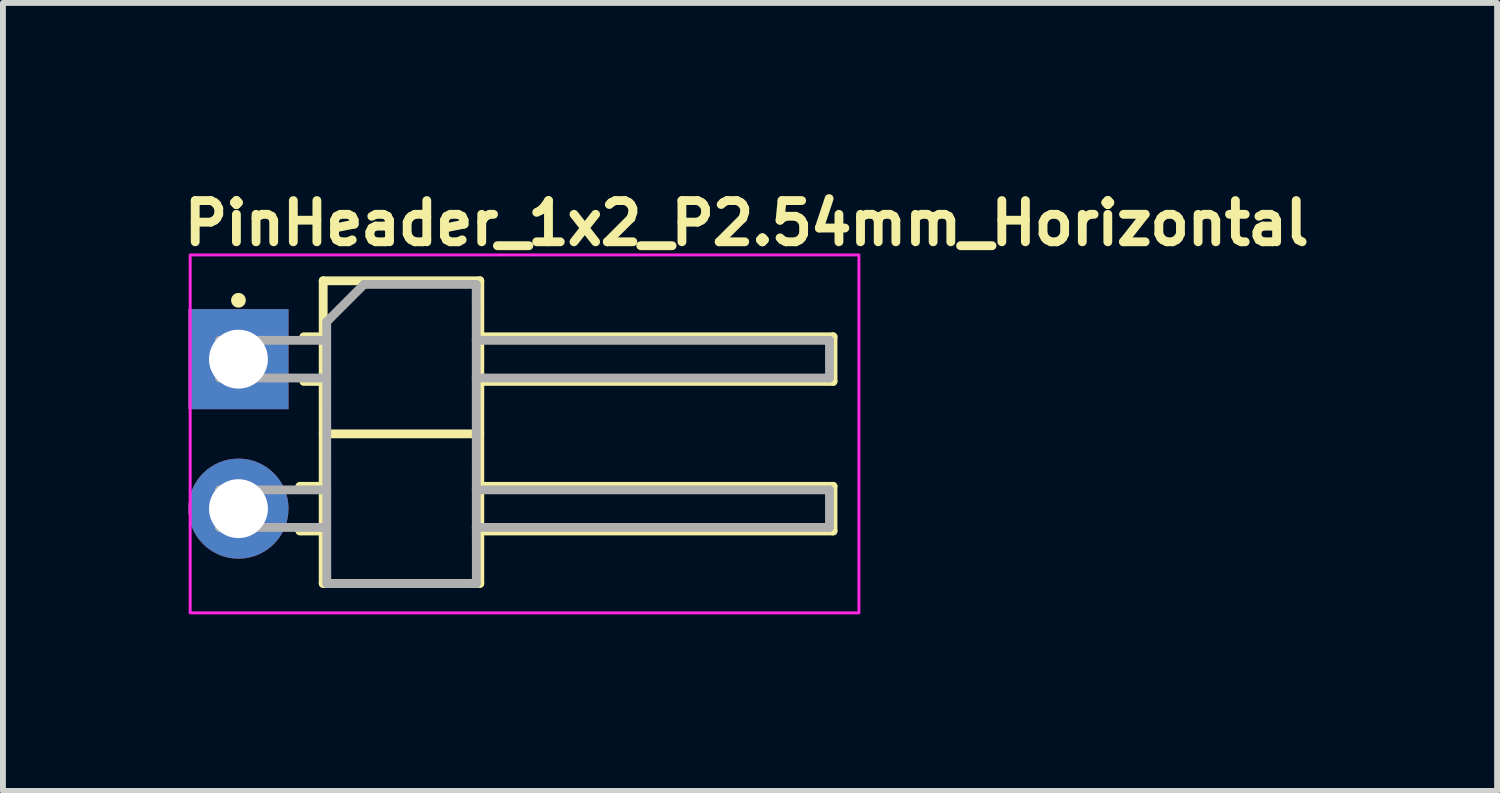
<source format=kicad_pcb>
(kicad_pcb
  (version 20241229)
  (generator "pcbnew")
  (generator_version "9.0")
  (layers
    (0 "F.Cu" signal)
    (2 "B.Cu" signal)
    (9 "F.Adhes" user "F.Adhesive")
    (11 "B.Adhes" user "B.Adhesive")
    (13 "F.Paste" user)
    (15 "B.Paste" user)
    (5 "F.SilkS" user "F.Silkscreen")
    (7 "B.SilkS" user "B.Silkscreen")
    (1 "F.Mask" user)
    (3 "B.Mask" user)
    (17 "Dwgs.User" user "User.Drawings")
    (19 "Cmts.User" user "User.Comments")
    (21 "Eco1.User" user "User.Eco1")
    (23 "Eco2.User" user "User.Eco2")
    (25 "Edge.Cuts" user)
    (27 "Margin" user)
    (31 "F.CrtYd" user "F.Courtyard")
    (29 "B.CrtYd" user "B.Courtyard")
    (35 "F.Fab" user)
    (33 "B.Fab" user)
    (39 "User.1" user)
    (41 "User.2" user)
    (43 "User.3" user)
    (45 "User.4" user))
  (footprint "PinHeader_1x2_P2.54mm_Horizontal"
    (layer "F.Cu")
    (at 1 3.05)
    (property "Reference" "PinHeader_1x2_P2.54mm_Horizontal" (at -1 -1.9 0) (layer "F.SilkS") (effects (font (size 0.7 0.7) (thickness 0.15)) (justify left bottom)))
    (attr through_hole)
    (fp_line (start 1.042 2.16) (end 1.439 2.16) (stroke (width 0.15) (type solid)) (layer "F.SilkS"))
    (fp_line (start 1.042 2.918) (end 1.439 2.918) (stroke (width 0.15) (type solid)) (layer "F.SilkS"))
    (fp_line (start 1.11 -0.38) (end 1.439 -0.38) (stroke (width 0.15) (type solid)) (layer "F.SilkS"))
    (fp_line (start 1.11 0.378) (end 1.439 0.378) (stroke (width 0.15) (type solid)) (layer "F.SilkS"))
    (fp_line (start 1.439 -1.331) (end 1.439 3.809) (stroke (width 0.15) (type solid)) (layer "F.SilkS"))
    (fp_line (start 1.439 1.269) (end 4.099 1.269) (stroke (width 0.15) (type solid)) (layer "F.SilkS"))
    (fp_line (start 1.439 3.809) (end 4.099 3.809) (stroke (width 0.15) (type solid)) (layer "F.SilkS"))
    (fp_line (start 4.099 -1.331) (end 1.439 -1.331) (stroke (width 0.15) (type solid)) (layer "F.SilkS"))
    (fp_line (start 4.099 -0.38) (end 10.098 -0.38) (stroke (width 0.15) (type solid)) (layer "F.SilkS"))
    (fp_line (start 4.099 2.16) (end 10.098 2.16) (stroke (width 0.15) (type solid)) (layer "F.SilkS"))
    (fp_line (start 4.099 3.809) (end 4.099 -1.331) (stroke (width 0.15) (type solid)) (layer "F.SilkS"))
    (fp_line (start 10.098 -0.38) (end 10.098 0.378) (stroke (width 0.15) (type solid)) (layer "F.SilkS"))
    (fp_line (start 10.098 0.378) (end 4.099 0.378) (stroke (width 0.15) (type solid)) (layer "F.SilkS"))
    (fp_line (start 10.098 2.16) (end 10.098 2.918) (stroke (width 0.15) (type solid)) (layer "F.SilkS"))
    (fp_line (start 10.098 2.918) (end 4.099 2.918) (stroke (width 0.15) (type solid)) (layer "F.SilkS"))
    (fp_circle (center 0 -1) (end 0.05 -1) (stroke (width 0.15) (type solid)) (fill yes) (layer "F.SilkS"))
    (fp_rect (start -0.82 -1.77) (end 10.538 4.309) (stroke (width 0.05) (type solid)) (fill no) (layer "F.CrtYd"))
    (fp_line (start -0.32 -0.32) (end -0.32 0.32) (stroke (width 0.15) (type solid)) (layer "F.Fab"))
    (fp_line (start -0.32 -0.32) (end 1.499 -0.32) (stroke (width 0.15) (type solid)) (layer "F.Fab"))
    (fp_line (start -0.32 0.32) (end 1.499 0.32) (stroke (width 0.15) (type solid)) (layer "F.Fab"))
    (fp_line (start -0.32 2.22) (end -0.32 2.858) (stroke (width 0.15) (type solid)) (layer "F.Fab"))
    (fp_line (start -0.32 2.22) (end 1.499 2.22) (stroke (width 0.15) (type solid)) (layer "F.Fab"))
    (fp_line (start -0.32 2.858) (end 1.499 2.858) (stroke (width 0.15) (type solid)) (layer "F.Fab"))
    (fp_line (start 1.499 -0.635) (end 2.133 -1.27) (stroke (width 0.15) (type solid)) (layer "F.Fab"))
    (fp_line (start 1.5 3.81) (end 1.499 -0.635) (stroke (width 0.15) (type solid)) (layer "F.Fab"))
    (fp_line (start 1.5 3.81) (end 4.04 3.81) (stroke (width 0.15) (type solid)) (layer "F.Fab"))
    (fp_line (start 2.133 -1.27) (end 4.038 -1.27) (stroke (width 0.15) (type solid)) (layer "F.Fab"))
    (fp_line (start 4.038 -1.27) (end 4.04 3.81) (stroke (width 0.15) (type solid)) (layer "F.Fab"))
    (fp_line (start 4.038 -0.32) (end 10.038 -0.32) (stroke (width 0.15) (type solid)) (layer "F.Fab"))
    (fp_line (start 4.038 0.32) (end 10.038 0.32) (stroke (width 0.15) (type solid)) (layer "F.Fab"))
    (fp_line (start 4.038 2.22) (end 10.038 2.22) (stroke (width 0.15) (type solid)) (layer "F.Fab"))
    (fp_line (start 4.038 2.858) (end 10.038 2.858) (stroke (width 0.15) (type solid)) (layer "F.Fab"))
    (fp_line (start 10.038 -0.32) (end 10.038 0.32) (stroke (width 0.15) (type solid)) (layer "F.Fab"))
    (fp_line (start 10.038 2.22) (end 10.038 2.858) (stroke (width 0.15) (type solid)) (layer "F.Fab"))
    (fp_rect (start -0.32 -1.27) (end 10.038 3.809) (stroke (width 0.1) (type solid)) (fill no) (layer "User.5"))
    (fp_line (start -0.32 -0.32) (end -0.32 0.32) (stroke (width 0.02) (type solid)) (layer "User.9"))
    (fp_line (start -0.32 -0.32) (end -0.316 -0.32) (stroke (width 0.02) (type solid)) (layer "User.9"))
    (fp_line (start -0.32 0.32) (end -0.316 0.32) (stroke (width 0.02) (type solid)) (layer "User.9"))
    (fp_line (start -0.32 2.22) (end -0.32 2.858) (stroke (width 0.02) (type solid)) (layer "User.9"))
    (fp_line (start -0.32 2.22) (end -0.316 2.22) (stroke (width 0.02) (type solid)) (layer "User.9"))
    (fp_line (start -0.32 2.858) (end -0.316 2.858) (stroke (width 0.02) (type solid)) (layer "User.9"))
    (fp_line (start -0.316 -0.32) (end -0.316 -0.32) (stroke (width 0.02) (type solid)) (layer "User.9"))
    (fp_line (start -0.316 -0.32) (end -0.286 -0.32) (stroke (width 0.02) (type solid)) (layer "User.9"))
    (fp_line (start -0.316 0.32) (end -0.316 0.32) (stroke (width 0.02) (type solid)) (layer "User.9"))
    (fp_line (start -0.316 0.32) (end -0.286 0.32) (stroke (width 0.02) (type solid)) (layer "User.9"))
    (fp_line (start -0.316 2.22) (end -0.316 2.22) (stroke (width 0.02) (type solid)) (layer "User.9"))
    (fp_line (start -0.316 2.22) (end -0.286 2.22) (stroke (width 0.02) (type solid)) (layer "User.9"))
    (fp_line (start -0.316 2.858) (end -0.316 2.858) (stroke (width 0.02) (type solid)) (layer "User.9"))
    (fp_line (start -0.316 2.858) (end -0.286 2.858) (stroke (width 0.02) (type solid)) (layer "User.9"))
    (fp_line (start -0.286 -0.32) (end -0.286 -0.32) (stroke (width 0.02) (type solid)) (layer "User.9"))
    (fp_line (start -0.286 -0.32) (end -0.222 -0.32) (stroke (width 0.02) (type solid)) (layer "User.9"))
    (fp_line (start -0.286 0.32) (end -0.286 0.32) (stroke (width 0.02) (type solid)) (layer "User.9"))
    (fp_line (start -0.286 0.32) (end -0.222 0.32) (stroke (width 0.02) (type solid)) (layer "User.9"))
    (fp_line (start -0.286 2.22) (end -0.286 2.22) (stroke (width 0.02) (type solid)) (layer "User.9"))
    (fp_line (start -0.286 2.22) (end -0.222 2.22) (stroke (width 0.02) (type solid)) (layer "User.9"))
    (fp_line (start -0.286 2.858) (end -0.286 2.858) (stroke (width 0.02) (type solid)) (layer "User.9"))
    (fp_line (start -0.286 2.858) (end -0.222 2.858) (stroke (width 0.02) (type solid)) (layer "User.9"))
    (fp_line (start -0.222 -0.32) (end -0.222 -0.32) (stroke (width 0.02) (type solid)) (layer "User.9"))
    (fp_line (start -0.222 -0.32) (end -0.134 -0.32) (stroke (width 0.02) (type solid)) (layer "User.9"))
    (fp_line (start -0.222 0.32) (end -0.222 0.32) (stroke (width 0.02) (type solid)) (layer "User.9"))
    (fp_line (start -0.222 0.32) (end -0.134 0.32) (stroke (width 0.02) (type solid)) (layer "User.9"))
    (fp_line (start -0.222 2.22) (end -0.222 2.22) (stroke (width 0.02) (type solid)) (layer "User.9"))
    (fp_line (start -0.222 2.22) (end -0.134 2.22) (stroke (width 0.02) (type solid)) (layer "User.9"))
    (fp_line (start -0.222 2.858) (end -0.222 2.858) (stroke (width 0.02) (type solid)) (layer "User.9"))
    (fp_line (start -0.222 2.858) (end -0.134 2.858) (stroke (width 0.02) (type solid)) (layer "User.9"))
    (fp_line (start -0.134 -0.32) (end -0.134 -0.32) (stroke (width 0.02) (type solid)) (layer "User.9"))
    (fp_line (start -0.134 -0.32) (end 0.32 -0.32) (stroke (width 0.02) (type solid)) (layer "User.9"))
    (fp_line (start -0.134 0.32) (end -0.134 0.32) (stroke (width 0.02) (type solid)) (layer "User.9"))
    (fp_line (start -0.134 0.32) (end 0.32 0.32) (stroke (width 0.02) (type solid)) (layer "User.9"))
    (fp_line (start -0.134 2.22) (end -0.134 2.22) (stroke (width 0.02) (type solid)) (layer "User.9"))
    (fp_line (start -0.134 2.22) (end 0.32 2.22) (stroke (width 0.02) (type solid)) (layer "User.9"))
    (fp_line (start -0.134 2.858) (end -0.134 2.858) (stroke (width 0.02) (type solid)) (layer "User.9"))
    (fp_line (start -0.134 2.858) (end 0.32 2.858) (stroke (width 0.02) (type solid)) (layer "User.9"))
    (fp_line (start 0.32 -0.32) (end 1.499 -0.32) (stroke (width 0.02) (type solid)) (layer "User.9"))
    (fp_line (start 0.32 0.32) (end 1.499 0.32) (stroke (width 0.02) (type solid)) (layer "User.9"))
    (fp_line (start 0.32 2.22) (end 1.499 2.22) (stroke (width 0.02) (type solid)) (layer "User.9"))
    (fp_line (start 0.32 2.858) (end 1.499 2.858) (stroke (width 0.02) (type solid)) (layer "User.9"))
    (fp_line (start 1.499 -1.27) (end 4.038 -1.27) (stroke (width 0.02) (type solid)) (layer "User.9"))
    (fp_line (start 1.499 -1.016) (end 1.499 -1.27) (stroke (width 0.02) (type solid)) (layer "User.9"))
    (fp_line (start 1.499 -1.016) (end 4.038 -1.016) (stroke (width 0.02) (type solid)) (layer "User.9"))
    (fp_line (start 1.499 1.015) (end 1.499 -1.016) (stroke (width 0.02) (type solid)) (layer "User.9"))
    (fp_line (start 1.499 1.015) (end 4.038 1.015) (stroke (width 0.02) (type solid)) (layer "User.9"))
    (fp_line (start 1.499 1.269) (end 1.499 1.015) (stroke (width 0.02) (type solid)) (layer "User.9"))
    (fp_line (start 1.499 1.269) (end 4.038 1.269) (stroke (width 0.02) (type solid)) (layer "User.9"))
    (fp_line (start 1.499 1.523) (end 1.499 1.269) (stroke (width 0.02) (type solid)) (layer "User.9"))
    (fp_line (start 1.499 1.523) (end 4.038 1.523) (stroke (width 0.02) (type solid)) (layer "User.9"))
    (fp_line (start 1.499 3.555) (end 1.499 1.523) (stroke (width 0.02) (type solid)) (layer "User.9"))
    (fp_line (start 1.499 3.555) (end 4.038 3.555) (stroke (width 0.02) (type solid)) (layer "User.9"))
    (fp_line (start 1.499 3.809) (end 1.499 3.555) (stroke (width 0.02) (type solid)) (layer "User.9"))
    (fp_line (start 1.499 3.809) (end 4.038 3.809) (stroke (width 0.02) (type solid)) (layer "User.9"))
    (fp_line (start 4.038 -1.016) (end 4.038 -1.27) (stroke (width 0.02) (type solid)) (layer "User.9"))
    (fp_line (start 4.038 -0.32) (end 9.88 -0.32) (stroke (width 0.02) (type solid)) (layer "User.9"))
    (fp_line (start 4.038 0.32) (end 9.88 0.32) (stroke (width 0.02) (type solid)) (layer "User.9"))
    (fp_line (start 4.038 1.015) (end 4.038 -1.016) (stroke (width 0.02) (type solid)) (layer "User.9"))
    (fp_line (start 4.038 1.269) (end 4.038 1.015) (stroke (width 0.02) (type solid)) (layer "User.9"))
    (fp_line (start 4.038 1.523) (end 4.038 1.269) (stroke (width 0.02) (type solid)) (layer "User.9"))
    (fp_line (start 4.038 2.22) (end 9.88 2.22) (stroke (width 0.02) (type solid)) (layer "User.9"))
    (fp_line (start 4.038 2.858) (end 9.88 2.858) (stroke (width 0.02) (type solid)) (layer "User.9"))
    (fp_line (start 4.038 3.555) (end 4.038 1.523) (stroke (width 0.02) (type solid)) (layer "User.9"))
    (fp_line (start 4.038 3.809) (end 4.038 3.555) (stroke (width 0.02) (type solid)) (layer "User.9"))
    (fp_line (start 9.88 -0.32) (end 9.88 0.32) (stroke (width 0.02) (type solid)) (layer "User.9"))
    (fp_line (start 9.88 -0.32) (end 10.038 -0.16) (stroke (width 0.02) (type solid)) (layer "User.9"))
    (fp_line (start 9.88 0.32) (end 10.038 0.16) (stroke (width 0.02) (type solid)) (layer "User.9"))
    (fp_line (start 9.88 2.22) (end 9.88 2.858) (stroke (width 0.02) (type solid)) (layer "User.9"))
    (fp_line (start 9.88 2.22) (end 10.038 2.378) (stroke (width 0.02) (type solid)) (layer "User.9"))
    (fp_line (start 9.88 2.858) (end 10.038 2.7) (stroke (width 0.02) (type solid)) (layer "User.9"))
    (fp_line (start 10.038 -0.16) (end 10.038 0.16) (stroke (width 0.02) (type solid)) (layer "User.9"))
    (fp_line (start 10.038 2.378) (end 10.038 2.7) (stroke (width 0.02) (type solid)) (layer "User.9"))
    (pad "1" thru_hole rect (at 0 0) (size 1.7 1.7) (drill 1) (layers "*.Cu" "*.Mask"))
    (pad "2" thru_hole oval (at 0 2.539) (size 1.7 1.7) (drill 1) (layers "*.Cu" "*.Mask")))
  (gr_rect
    (start -3 -3)
    (end 22.377 10.384)
    (stroke (width 0.1) (type default))
    (fill no)
    (layer "Edge.Cuts")))
</source>
